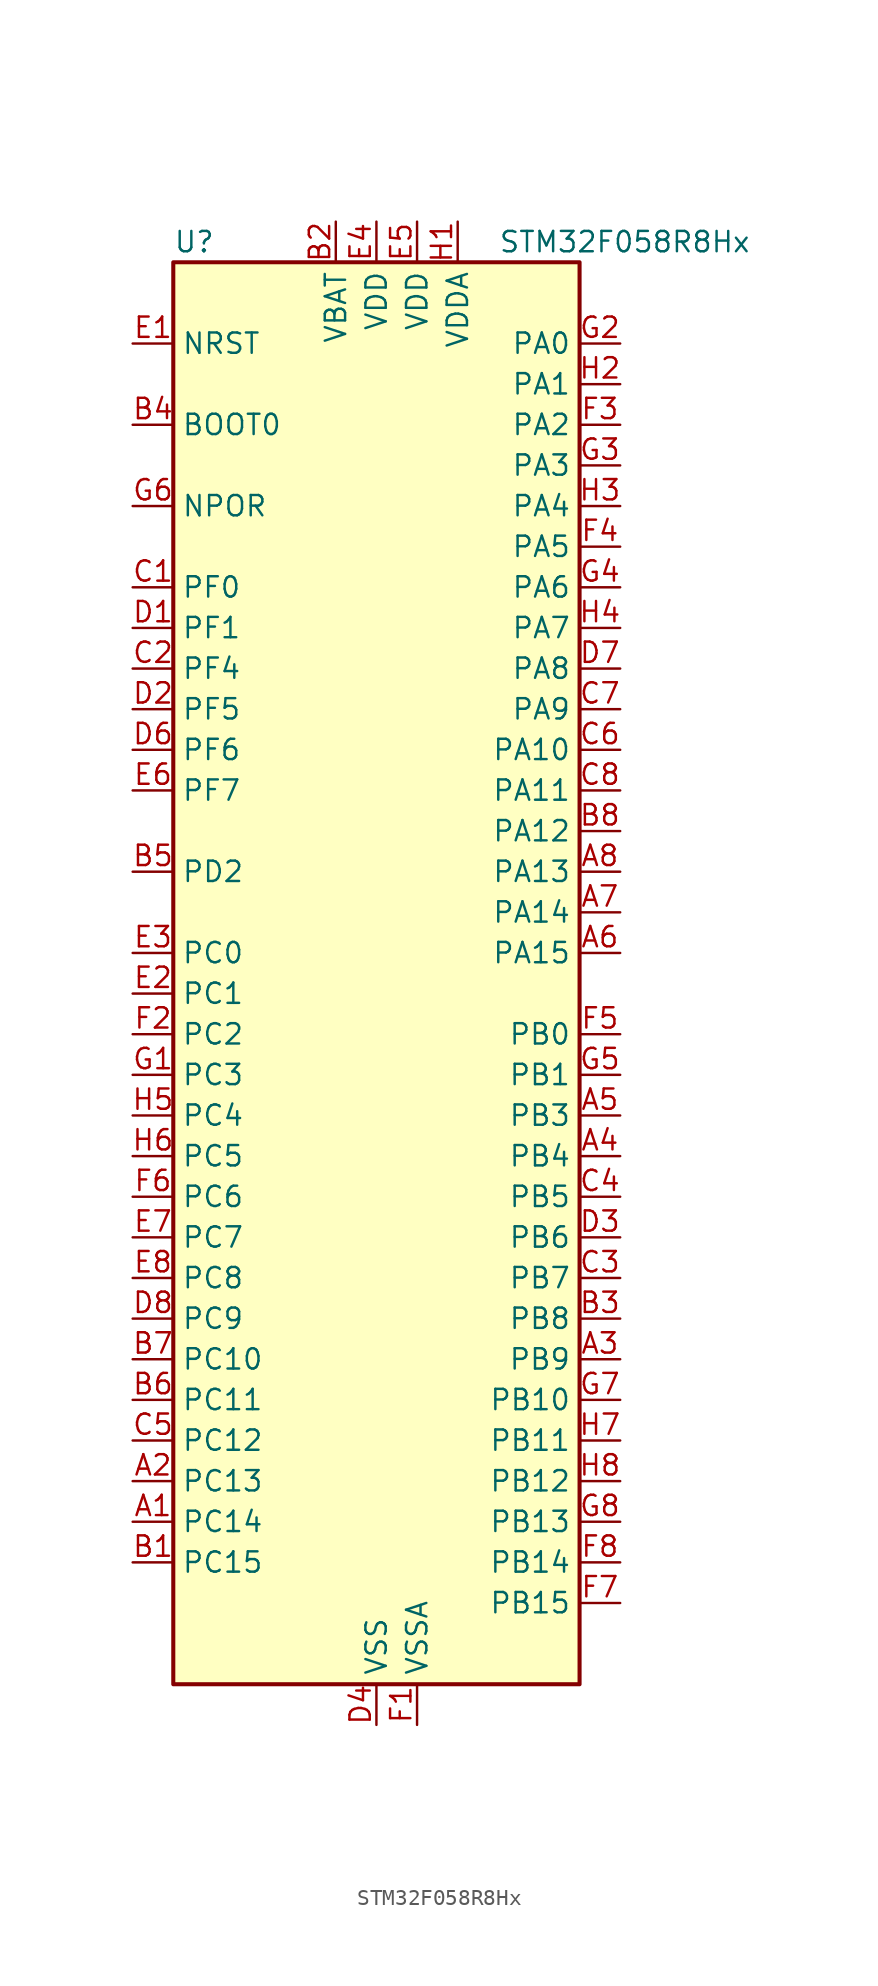
<source format=kicad_sym>
(kicad_symbol_lib
  (version 20241209)
  (generator "kicad_symbol_editor")
  (generator_version "9.0")
  (symbol "STM32F058R8Hx"
    (property "Reference" "U"
      (at -12.7 46.99 0)
      (effects (font (size 1.27 1.27)) (justify left)))
    (property "Value" "STM32F058R8Hx"
      (at 7.62 46.99 0)
      (effects (font (size 1.27 1.27)) (justify left)))
    (symbol "STM32F058R8Hx_0_1"
      (rectangle (start -12.7 -43.18) (end 12.7 45.72) (stroke (width 0.254) (type default)) (fill (type background))))
    (symbol "STM32F058R8Hx_1_1"
      (pin input line (at -15.24 40.64 0) (length 2.54) (name "NRST" (effects (font (size 1.27 1.27)))) (number "E1" (effects (font (size 1.27 1.27)))))
      (pin input line (at -15.24 35.56 0) (length 2.54) (name "BOOT0" (effects (font (size 1.27 1.27)))) (number "B4" (effects (font (size 1.27 1.27)))))
      (pin input line (at -15.24 30.48 0) (length 2.54) (name "NPOR" (effects (font (size 1.27 1.27)))) (number "G6" (effects (font (size 1.27 1.27)))))
      (pin bidirectional line (at -15.24 25.4 0) (length 2.54) (name "PF0" (effects (font (size 1.27 1.27)))) (number "C1" (effects (font (size 1.27 1.27)))) (alternate "RCC_OSC_IN" bidirectional line))
      (pin bidirectional line (at -15.24 22.86 0) (length 2.54) (name "PF1" (effects (font (size 1.27 1.27)))) (number "D1" (effects (font (size 1.27 1.27)))) (alternate "RCC_OSC_OUT" bidirectional line))
      (pin bidirectional line (at -15.24 20.32 0) (length 2.54) (name "PF4" (effects (font (size 1.27 1.27)))) (number "C2" (effects (font (size 1.27 1.27)))))
      (pin bidirectional line (at -15.24 17.78 0) (length 2.54) (name "PF5" (effects (font (size 1.27 1.27)))) (number "D2" (effects (font (size 1.27 1.27)))))
      (pin bidirectional line (at -15.24 15.24 0) (length 2.54) (name "PF6" (effects (font (size 1.27 1.27)))) (number "D6" (effects (font (size 1.27 1.27)))) (alternate "I2C2_SCL" bidirectional line))
      (pin bidirectional line (at -15.24 12.7 0) (length 2.54) (name "PF7" (effects (font (size 1.27 1.27)))) (number "E6" (effects (font (size 1.27 1.27)))) (alternate "I2C2_SDA" bidirectional line))
      (pin bidirectional line (at -15.24 7.62 0) (length 2.54) (name "PD2" (effects (font (size 1.27 1.27)))) (number "B5" (effects (font (size 1.27 1.27)))) (alternate "TIM3_ETR" bidirectional line))
      (pin bidirectional line (at -15.24 2.54 0) (length 2.54) (name "PC0" (effects (font (size 1.27 1.27)))) (number "E3" (effects (font (size 1.27 1.27)))) (alternate "ADC_IN10" bidirectional line))
      (pin bidirectional line (at -15.24 0 0) (length 2.54) (name "PC1" (effects (font (size 1.27 1.27)))) (number "E2" (effects (font (size 1.27 1.27)))) (alternate "ADC_IN11" bidirectional line))
      (pin bidirectional line (at -15.24 -2.54 0) (length 2.54) (name "PC2" (effects (font (size 1.27 1.27)))) (number "F2" (effects (font (size 1.27 1.27)))) (alternate "ADC_IN12" bidirectional line))
      (pin bidirectional line (at -15.24 -5.08 0) (length 2.54) (name "PC3" (effects (font (size 1.27 1.27)))) (number "G1" (effects (font (size 1.27 1.27)))) (alternate "ADC_IN13" bidirectional line))
      (pin bidirectional line (at -15.24 -7.62 0) (length 2.54) (name "PC4" (effects (font (size 1.27 1.27)))) (number "H5" (effects (font (size 1.27 1.27)))) (alternate "ADC_IN14" bidirectional line))
      (pin bidirectional line (at -15.24 -10.16 0) (length 2.54) (name "PC5" (effects (font (size 1.27 1.27)))) (number "H6" (effects (font (size 1.27 1.27)))) (alternate "ADC_IN15" bidirectional line) (alternate "TSC_G3_IO1" bidirectional line))
      (pin bidirectional line (at -15.24 -12.7 0) (length 2.54) (name "PC6" (effects (font (size 1.27 1.27)))) (number "F6" (effects (font (size 1.27 1.27)))) (alternate "TIM3_CH1" bidirectional line))
      (pin bidirectional line (at -15.24 -15.24 0) (length 2.54) (name "PC7" (effects (font (size 1.27 1.27)))) (number "E7" (effects (font (size 1.27 1.27)))) (alternate "TIM3_CH2" bidirectional line))
      (pin bidirectional line (at -15.24 -17.78 0) (length 2.54) (name "PC8" (effects (font (size 1.27 1.27)))) (number "E8" (effects (font (size 1.27 1.27)))) (alternate "TIM3_CH3" bidirectional line))
      (pin bidirectional line (at -15.24 -20.32 0) (length 2.54) (name "PC9" (effects (font (size 1.27 1.27)))) (number "D8" (effects (font (size 1.27 1.27)))) (alternate "DAC1_EXTI9" bidirectional line) (alternate "TIM3_CH4" bidirectional line))
      (pin bidirectional line (at -15.24 -22.86 0) (length 2.54) (name "PC10" (effects (font (size 1.27 1.27)))) (number "B7" (effects (font (size 1.27 1.27)))))
      (pin bidirectional line (at -15.24 -25.4 0) (length 2.54) (name "PC11" (effects (font (size 1.27 1.27)))) (number "B6" (effects (font (size 1.27 1.27)))))
      (pin bidirectional line (at -15.24 -27.94 0) (length 2.54) (name "PC12" (effects (font (size 1.27 1.27)))) (number "C5" (effects (font (size 1.27 1.27)))))
      (pin bidirectional line (at -15.24 -30.48 0) (length 2.54) (name "PC13" (effects (font (size 1.27 1.27)))) (number "A2" (effects (font (size 1.27 1.27)))) (alternate "RTC_OUT_ALARM" bidirectional line) (alternate "RTC_OUT_CALIB" bidirectional line) (alternate "RTC_TAMP1" bidirectional line) (alternate "RTC_TS" bidirectional line) (alternate "SYS_WKUP2" bidirectional line))
      (pin bidirectional line (at -15.24 -33.02 0) (length 2.54) (name "PC14" (effects (font (size 1.27 1.27)))) (number "A1" (effects (font (size 1.27 1.27)))) (alternate "RCC_OSC32_IN" bidirectional line))
      (pin bidirectional line (at -15.24 -35.56 0) (length 2.54) (name "PC15" (effects (font (size 1.27 1.27)))) (number "B1" (effects (font (size 1.27 1.27)))) (alternate "RCC_OSC32_OUT" bidirectional line))
      (pin power_in line (at -2.54 48.26 270) (length 2.54) (name "VBAT" (effects (font (size 1.27 1.27)))) (number "B2" (effects (font (size 1.27 1.27)))))
      (pin power_in line (at 0 48.26 270) (length 2.54) (name "VDD" (effects (font (size 1.27 1.27)))) (number "E4" (effects (font (size 1.27 1.27)))))
      (pin power_in line (at 0 -45.72 90) (length 2.54) (name "VSS" (effects (font (size 1.27 1.27)))) (number "D4" (effects (font (size 1.27 1.27)))))
      (pin passive line (at 0 -45.72 90) (length 2.54) (hide yes) (name "VSS" (effects (font (size 1.27 1.27)))) (number "D5" (effects (font (size 1.27 1.27)))))
      (pin power_in line (at 2.54 48.26 270) (length 2.54) (name "VDD" (effects (font (size 1.27 1.27)))) (number "E5" (effects (font (size 1.27 1.27)))))
      (pin power_in line (at 2.54 -45.72 90) (length 2.54) (name "VSSA" (effects (font (size 1.27 1.27)))) (number "F1" (effects (font (size 1.27 1.27)))))
      (pin power_in line (at 5.08 48.26 270) (length 2.54) (name "VDDA" (effects (font (size 1.27 1.27)))) (number "H1" (effects (font (size 1.27 1.27)))))
      (pin bidirectional line (at 15.24 40.64 180) (length 2.54) (name "PA0" (effects (font (size 1.27 1.27)))) (number "G2" (effects (font (size 1.27 1.27)))) (alternate "ADC_IN0" bidirectional line) (alternate "COMP1_INM" bidirectional line) (alternate "COMP1_OUT" bidirectional line) (alternate "RTC_TAMP2" bidirectional line) (alternate "SYS_WKUP1" bidirectional line) (alternate "TIM2_CH1" bidirectional line) (alternate "TIM2_ETR" bidirectional line) (alternate "TSC_G1_IO1" bidirectional line) (alternate "USART2_CTS" bidirectional line))
      (pin bidirectional line (at 15.24 38.1 180) (length 2.54) (name "PA1" (effects (font (size 1.27 1.27)))) (number "H2" (effects (font (size 1.27 1.27)))) (alternate "ADC_IN1" bidirectional line) (alternate "COMP1_INP" bidirectional line) (alternate "TIM2_CH2" bidirectional line) (alternate "TSC_G1_IO2" bidirectional line) (alternate "USART2_DE" bidirectional line) (alternate "USART2_RTS" bidirectional line))
      (pin bidirectional line (at 15.24 35.56 180) (length 2.54) (name "PA2" (effects (font (size 1.27 1.27)))) (number "F3" (effects (font (size 1.27 1.27)))) (alternate "ADC_IN2" bidirectional line) (alternate "COMP2_INM" bidirectional line) (alternate "COMP2_OUT" bidirectional line) (alternate "TIM15_CH1" bidirectional line) (alternate "TIM2_CH3" bidirectional line) (alternate "TSC_G1_IO3" bidirectional line) (alternate "USART2_TX" bidirectional line))
      (pin bidirectional line (at 15.24 33.02 180) (length 2.54) (name "PA3" (effects (font (size 1.27 1.27)))) (number "G3" (effects (font (size 1.27 1.27)))) (alternate "ADC_IN3" bidirectional line) (alternate "COMP2_INP" bidirectional line) (alternate "TIM15_CH2" bidirectional line) (alternate "TIM2_CH4" bidirectional line) (alternate "TSC_G1_IO4" bidirectional line) (alternate "USART2_RX" bidirectional line))
      (pin bidirectional line (at 15.24 30.48 180) (length 2.54) (name "PA4" (effects (font (size 1.27 1.27)))) (number "H3" (effects (font (size 1.27 1.27)))) (alternate "ADC_IN4" bidirectional line) (alternate "COMP1_INM" bidirectional line) (alternate "COMP2_INM" bidirectional line) (alternate "DAC1_OUT1" bidirectional line) (alternate "I2S1_WS" bidirectional line) (alternate "SPI1_NSS" bidirectional line) (alternate "TIM14_CH1" bidirectional line) (alternate "TSC_G2_IO1" bidirectional line) (alternate "USART2_CK" bidirectional line))
      (pin bidirectional line (at 15.24 27.94 180) (length 2.54) (name "PA5" (effects (font (size 1.27 1.27)))) (number "F4" (effects (font (size 1.27 1.27)))) (alternate "ADC_IN5" bidirectional line) (alternate "CEC" bidirectional line) (alternate "COMP1_INM" bidirectional line) (alternate "COMP2_INM" bidirectional line) (alternate "I2S1_CK" bidirectional line) (alternate "SPI1_SCK" bidirectional line) (alternate "TIM2_CH1" bidirectional line) (alternate "TIM2_ETR" bidirectional line) (alternate "TSC_G2_IO2" bidirectional line))
      (pin bidirectional line (at 15.24 25.4 180) (length 2.54) (name "PA6" (effects (font (size 1.27 1.27)))) (number "G4" (effects (font (size 1.27 1.27)))) (alternate "ADC_IN6" bidirectional line) (alternate "COMP1_OUT" bidirectional line) (alternate "I2S1_MCK" bidirectional line) (alternate "SPI1_MISO" bidirectional line) (alternate "TIM16_CH1" bidirectional line) (alternate "TIM1_BKIN" bidirectional line) (alternate "TIM3_CH1" bidirectional line) (alternate "TSC_G2_IO3" bidirectional line))
      (pin bidirectional line (at 15.24 22.86 180) (length 2.54) (name "PA7" (effects (font (size 1.27 1.27)))) (number "H4" (effects (font (size 1.27 1.27)))) (alternate "ADC_IN7" bidirectional line) (alternate "COMP2_OUT" bidirectional line) (alternate "I2S1_SD" bidirectional line) (alternate "SPI1_MOSI" bidirectional line) (alternate "TIM14_CH1" bidirectional line) (alternate "TIM17_CH1" bidirectional line) (alternate "TIM1_CH1N" bidirectional line) (alternate "TIM3_CH2" bidirectional line) (alternate "TSC_G2_IO4" bidirectional line))
      (pin bidirectional line (at 15.24 20.32 180) (length 2.54) (name "PA8" (effects (font (size 1.27 1.27)))) (number "D7" (effects (font (size 1.27 1.27)))) (alternate "RCC_MCO" bidirectional line) (alternate "TIM1_CH1" bidirectional line) (alternate "USART1_CK" bidirectional line))
      (pin bidirectional line (at 15.24 17.78 180) (length 2.54) (name "PA9" (effects (font (size 1.27 1.27)))) (number "C7" (effects (font (size 1.27 1.27)))) (alternate "DAC1_EXTI9" bidirectional line) (alternate "TIM15_BKIN" bidirectional line) (alternate "TIM1_CH2" bidirectional line) (alternate "TSC_G4_IO1" bidirectional line) (alternate "USART1_TX" bidirectional line))
      (pin bidirectional line (at 15.24 15.24 180) (length 2.54) (name "PA10" (effects (font (size 1.27 1.27)))) (number "C6" (effects (font (size 1.27 1.27)))) (alternate "TIM17_BKIN" bidirectional line) (alternate "TIM1_CH3" bidirectional line) (alternate "TSC_G4_IO2" bidirectional line) (alternate "USART1_RX" bidirectional line))
      (pin bidirectional line (at 15.24 12.7 180) (length 2.54) (name "PA11" (effects (font (size 1.27 1.27)))) (number "C8" (effects (font (size 1.27 1.27)))) (alternate "COMP1_OUT" bidirectional line) (alternate "TIM1_CH4" bidirectional line) (alternate "TSC_G4_IO3" bidirectional line) (alternate "USART1_CTS" bidirectional line))
      (pin bidirectional line (at 15.24 10.16 180) (length 2.54) (name "PA12" (effects (font (size 1.27 1.27)))) (number "B8" (effects (font (size 1.27 1.27)))) (alternate "COMP2_OUT" bidirectional line) (alternate "TIM1_ETR" bidirectional line) (alternate "TSC_G4_IO4" bidirectional line) (alternate "USART1_DE" bidirectional line) (alternate "USART1_RTS" bidirectional line))
      (pin bidirectional line (at 15.24 7.62 180) (length 2.54) (name "PA13" (effects (font (size 1.27 1.27)))) (number "A8" (effects (font (size 1.27 1.27)))) (alternate "IR_OUT" bidirectional line) (alternate "SYS_SWDIO" bidirectional line))
      (pin bidirectional line (at 15.24 5.08 180) (length 2.54) (name "PA14" (effects (font (size 1.27 1.27)))) (number "A7" (effects (font (size 1.27 1.27)))) (alternate "SYS_SWCLK" bidirectional line) (alternate "USART2_TX" bidirectional line))
      (pin bidirectional line (at 15.24 2.54 180) (length 2.54) (name "PA15" (effects (font (size 1.27 1.27)))) (number "A6" (effects (font (size 1.27 1.27)))) (alternate "I2S1_WS" bidirectional line) (alternate "SPI1_NSS" bidirectional line) (alternate "TIM2_CH1" bidirectional line) (alternate "TIM2_ETR" bidirectional line) (alternate "USART2_RX" bidirectional line))
      (pin bidirectional line (at 15.24 -2.54 180) (length 2.54) (name "PB0" (effects (font (size 1.27 1.27)))) (number "F5" (effects (font (size 1.27 1.27)))) (alternate "ADC_IN8" bidirectional line) (alternate "TIM1_CH2N" bidirectional line) (alternate "TIM3_CH3" bidirectional line) (alternate "TSC_G3_IO2" bidirectional line))
      (pin bidirectional line (at 15.24 -5.08 180) (length 2.54) (name "PB1" (effects (font (size 1.27 1.27)))) (number "G5" (effects (font (size 1.27 1.27)))) (alternate "ADC_IN9" bidirectional line) (alternate "TIM14_CH1" bidirectional line) (alternate "TIM1_CH3N" bidirectional line) (alternate "TIM3_CH4" bidirectional line) (alternate "TSC_G3_IO3" bidirectional line))
      (pin bidirectional line (at 15.24 -7.62 180) (length 2.54) (name "PB3" (effects (font (size 1.27 1.27)))) (number "A5" (effects (font (size 1.27 1.27)))) (alternate "I2S1_CK" bidirectional line) (alternate "SPI1_SCK" bidirectional line) (alternate "TIM2_CH2" bidirectional line) (alternate "TSC_G5_IO1" bidirectional line))
      (pin bidirectional line (at 15.24 -10.16 180) (length 2.54) (name "PB4" (effects (font (size 1.27 1.27)))) (number "A4" (effects (font (size 1.27 1.27)))) (alternate "I2S1_MCK" bidirectional line) (alternate "SPI1_MISO" bidirectional line) (alternate "TIM3_CH1" bidirectional line) (alternate "TSC_G5_IO2" bidirectional line))
      (pin bidirectional line (at 15.24 -12.7 180) (length 2.54) (name "PB5" (effects (font (size 1.27 1.27)))) (number "C4" (effects (font (size 1.27 1.27)))) (alternate "I2C1_SMBA" bidirectional line) (alternate "I2S1_SD" bidirectional line) (alternate "SPI1_MOSI" bidirectional line) (alternate "TIM16_BKIN" bidirectional line) (alternate "TIM3_CH2" bidirectional line))
      (pin bidirectional line (at 15.24 -15.24 180) (length 2.54) (name "PB6" (effects (font (size 1.27 1.27)))) (number "D3" (effects (font (size 1.27 1.27)))) (alternate "I2C1_SCL" bidirectional line) (alternate "TIM16_CH1N" bidirectional line) (alternate "TSC_G5_IO3" bidirectional line) (alternate "USART1_TX" bidirectional line))
      (pin bidirectional line (at 15.24 -17.78 180) (length 2.54) (name "PB7" (effects (font (size 1.27 1.27)))) (number "C3" (effects (font (size 1.27 1.27)))) (alternate "I2C1_SDA" bidirectional line) (alternate "TIM17_CH1N" bidirectional line) (alternate "TSC_G5_IO4" bidirectional line) (alternate "USART1_RX" bidirectional line))
      (pin bidirectional line (at 15.24 -20.32 180) (length 2.54) (name "PB8" (effects (font (size 1.27 1.27)))) (number "B3" (effects (font (size 1.27 1.27)))) (alternate "CEC" bidirectional line) (alternate "I2C1_SCL" bidirectional line) (alternate "TIM16_CH1" bidirectional line) (alternate "TSC_SYNC" bidirectional line))
      (pin bidirectional line (at 15.24 -22.86 180) (length 2.54) (name "PB9" (effects (font (size 1.27 1.27)))) (number "A3" (effects (font (size 1.27 1.27)))) (alternate "DAC1_EXTI9" bidirectional line) (alternate "I2C1_SDA" bidirectional line) (alternate "IR_OUT" bidirectional line) (alternate "TIM17_CH1" bidirectional line))
      (pin bidirectional line (at 15.24 -25.4 180) (length 2.54) (name "PB10" (effects (font (size 1.27 1.27)))) (number "G7" (effects (font (size 1.27 1.27)))) (alternate "CEC" bidirectional line) (alternate "I2C2_SCL" bidirectional line) (alternate "TIM2_CH3" bidirectional line) (alternate "TSC_SYNC" bidirectional line))
      (pin bidirectional line (at 15.24 -27.94 180) (length 2.54) (name "PB11" (effects (font (size 1.27 1.27)))) (number "H7" (effects (font (size 1.27 1.27)))) (alternate "I2C2_SDA" bidirectional line) (alternate "TIM2_CH4" bidirectional line) (alternate "TSC_G6_IO1" bidirectional line))
      (pin bidirectional line (at 15.24 -30.48 180) (length 2.54) (name "PB12" (effects (font (size 1.27 1.27)))) (number "H8" (effects (font (size 1.27 1.27)))) (alternate "SPI2_NSS" bidirectional line) (alternate "TIM1_BKIN" bidirectional line) (alternate "TSC_G6_IO2" bidirectional line))
      (pin bidirectional line (at 15.24 -33.02 180) (length 2.54) (name "PB13" (effects (font (size 1.27 1.27)))) (number "G8" (effects (font (size 1.27 1.27)))) (alternate "SPI2_SCK" bidirectional line) (alternate "TIM1_CH1N" bidirectional line) (alternate "TSC_G6_IO3" bidirectional line))
      (pin bidirectional line (at 15.24 -35.56 180) (length 2.54) (name "PB14" (effects (font (size 1.27 1.27)))) (number "F8" (effects (font (size 1.27 1.27)))) (alternate "SPI2_MISO" bidirectional line) (alternate "TIM15_CH1" bidirectional line) (alternate "TIM1_CH2N" bidirectional line) (alternate "TSC_G6_IO4" bidirectional line))
      (pin bidirectional line (at 15.24 -38.1 180) (length 2.54) (name "PB15" (effects (font (size 1.27 1.27)))) (number "F7" (effects (font (size 1.27 1.27)))) (alternate "RTC_REFIN" bidirectional line) (alternate "SPI2_MOSI" bidirectional line) (alternate "TIM15_CH1N" bidirectional line) (alternate "TIM15_CH2" bidirectional line) (alternate "TIM1_CH3N" bidirectional line)))))
</source>
